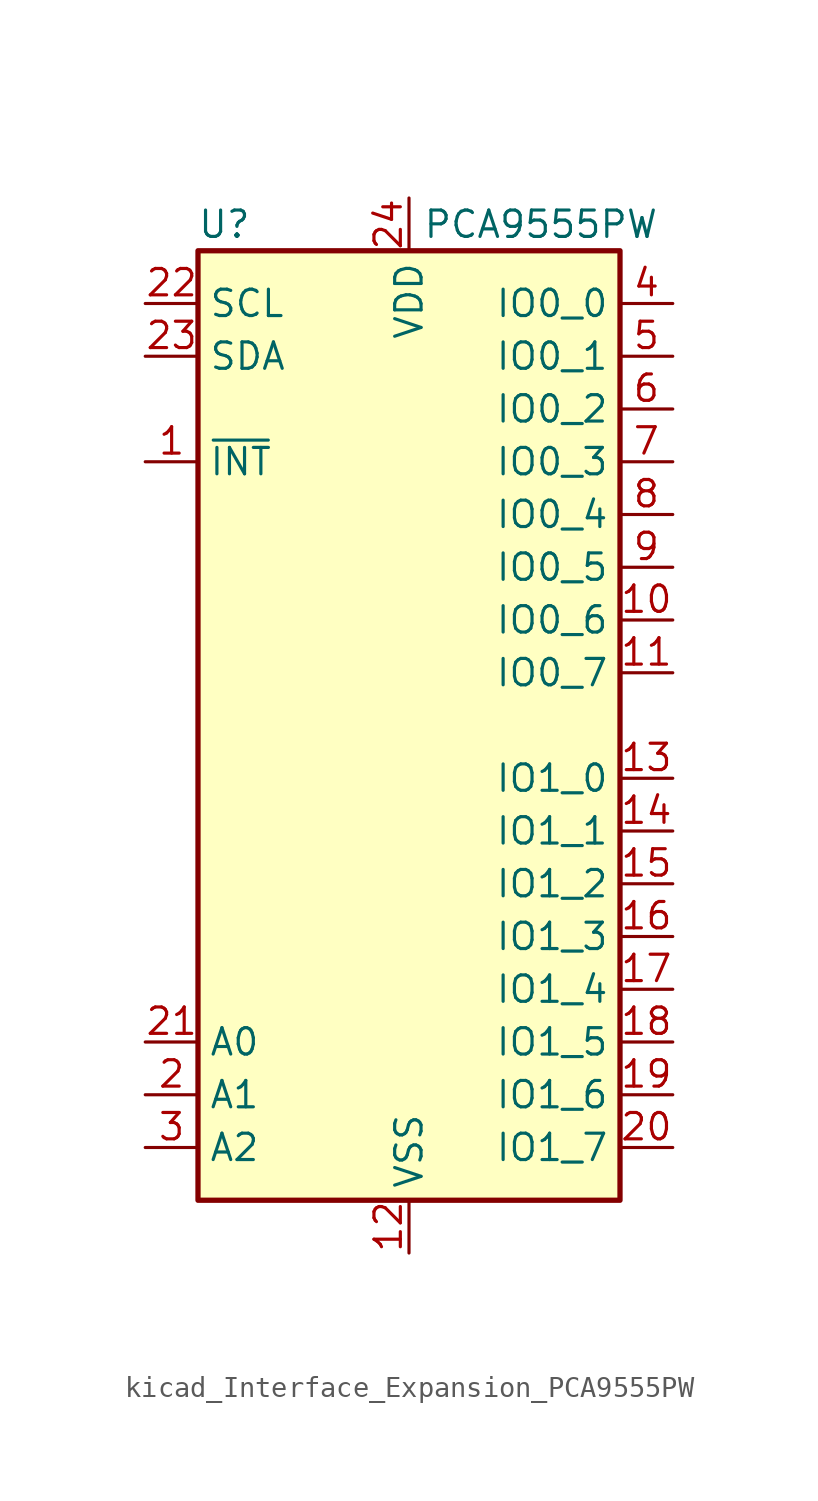
<source format=kicad_sym>
(kicad_symbol_lib
  (version 20220914)
  (generator kicad_symbol_editor)
  (symbol "kicad_Interface_Expansion_PCA9555PW"
    (property "Reference" "U"
      (at -8.89 24.13 0)
      (effects (font (size 1.27 1.27))))
    (property "Value" "PCA9555PW"
      (at 6.35 24.13 0)
      (effects (font (size 1.27 1.27))))
    (symbol "kicad_Interface_Expansion_PCA9555PW_0_1"
      (rectangle (start -10.16 22.86) (end 10.16 -22.86) (stroke (width 0.254) (type default)) (fill (type background))))
    (symbol "kicad_Interface_Expansion_PCA9555PW_1_1"
      (pin open_collector line (at -12.7 12.7 0) (length 2.54) (name "~{INT}" (effects (font (size 1.27 1.27)))) (number "1" (effects (font (size 1.27 1.27)))))
      (pin bidirectional line (at 12.7 5.08 180) (length 2.54) (name "IO0_6" (effects (font (size 1.27 1.27)))) (number "10" (effects (font (size 1.27 1.27)))))
      (pin bidirectional line (at 12.7 2.54 180) (length 2.54) (name "IO0_7" (effects (font (size 1.27 1.27)))) (number "11" (effects (font (size 1.27 1.27)))))
      (pin power_in line (at 0 -25.4 90) (length 2.54) (name "VSS" (effects (font (size 1.27 1.27)))) (number "12" (effects (font (size 1.27 1.27)))))
      (pin bidirectional line (at 12.7 -2.54 180) (length 2.54) (name "IO1_0" (effects (font (size 1.27 1.27)))) (number "13" (effects (font (size 1.27 1.27)))))
      (pin bidirectional line (at 12.7 -5.08 180) (length 2.54) (name "IO1_1" (effects (font (size 1.27 1.27)))) (number "14" (effects (font (size 1.27 1.27)))))
      (pin bidirectional line (at 12.7 -7.62 180) (length 2.54) (name "IO1_2" (effects (font (size 1.27 1.27)))) (number "15" (effects (font (size 1.27 1.27)))))
      (pin bidirectional line (at 12.7 -10.16 180) (length 2.54) (name "IO1_3" (effects (font (size 1.27 1.27)))) (number "16" (effects (font (size 1.27 1.27)))))
      (pin bidirectional line (at 12.7 -12.7 180) (length 2.54) (name "IO1_4" (effects (font (size 1.27 1.27)))) (number "17" (effects (font (size 1.27 1.27)))))
      (pin bidirectional line (at 12.7 -15.24 180) (length 2.54) (name "IO1_5" (effects (font (size 1.27 1.27)))) (number "18" (effects (font (size 1.27 1.27)))))
      (pin bidirectional line (at 12.7 -17.78 180) (length 2.54) (name "IO1_6" (effects (font (size 1.27 1.27)))) (number "19" (effects (font (size 1.27 1.27)))))
      (pin input line (at -12.7 -17.78 0) (length 2.54) (name "A1" (effects (font (size 1.27 1.27)))) (number "2" (effects (font (size 1.27 1.27)))))
      (pin bidirectional line (at 12.7 -20.32 180) (length 2.54) (name "IO1_7" (effects (font (size 1.27 1.27)))) (number "20" (effects (font (size 1.27 1.27)))))
      (pin input line (at -12.7 -15.24 0) (length 2.54) (name "A0" (effects (font (size 1.27 1.27)))) (number "21" (effects (font (size 1.27 1.27)))))
      (pin input line (at -12.7 20.32 0) (length 2.54) (name "SCL" (effects (font (size 1.27 1.27)))) (number "22" (effects (font (size 1.27 1.27)))))
      (pin bidirectional line (at -12.7 17.78 0) (length 2.54) (name "SDA" (effects (font (size 1.27 1.27)))) (number "23" (effects (font (size 1.27 1.27)))))
      (pin power_in line (at 0 25.4 270) (length 2.54) (name "VDD" (effects (font (size 1.27 1.27)))) (number "24" (effects (font (size 1.27 1.27)))))
      (pin input line (at -12.7 -20.32 0) (length 2.54) (name "A2" (effects (font (size 1.27 1.27)))) (number "3" (effects (font (size 1.27 1.27)))))
      (pin bidirectional line (at 12.7 20.32 180) (length 2.54) (name "IO0_0" (effects (font (size 1.27 1.27)))) (number "4" (effects (font (size 1.27 1.27)))))
      (pin bidirectional line (at 12.7 17.78 180) (length 2.54) (name "IO0_1" (effects (font (size 1.27 1.27)))) (number "5" (effects (font (size 1.27 1.27)))))
      (pin bidirectional line (at 12.7 15.24 180) (length 2.54) (name "IO0_2" (effects (font (size 1.27 1.27)))) (number "6" (effects (font (size 1.27 1.27)))))
      (pin bidirectional line (at 12.7 12.7 180) (length 2.54) (name "IO0_3" (effects (font (size 1.27 1.27)))) (number "7" (effects (font (size 1.27 1.27)))))
      (pin bidirectional line (at 12.7 10.16 180) (length 2.54) (name "IO0_4" (effects (font (size 1.27 1.27)))) (number "8" (effects (font (size 1.27 1.27)))))
      (pin bidirectional line (at 12.7 7.62 180) (length 2.54) (name "IO0_5" (effects (font (size 1.27 1.27)))) (number "9" (effects (font (size 1.27 1.27))))))))
</source>
